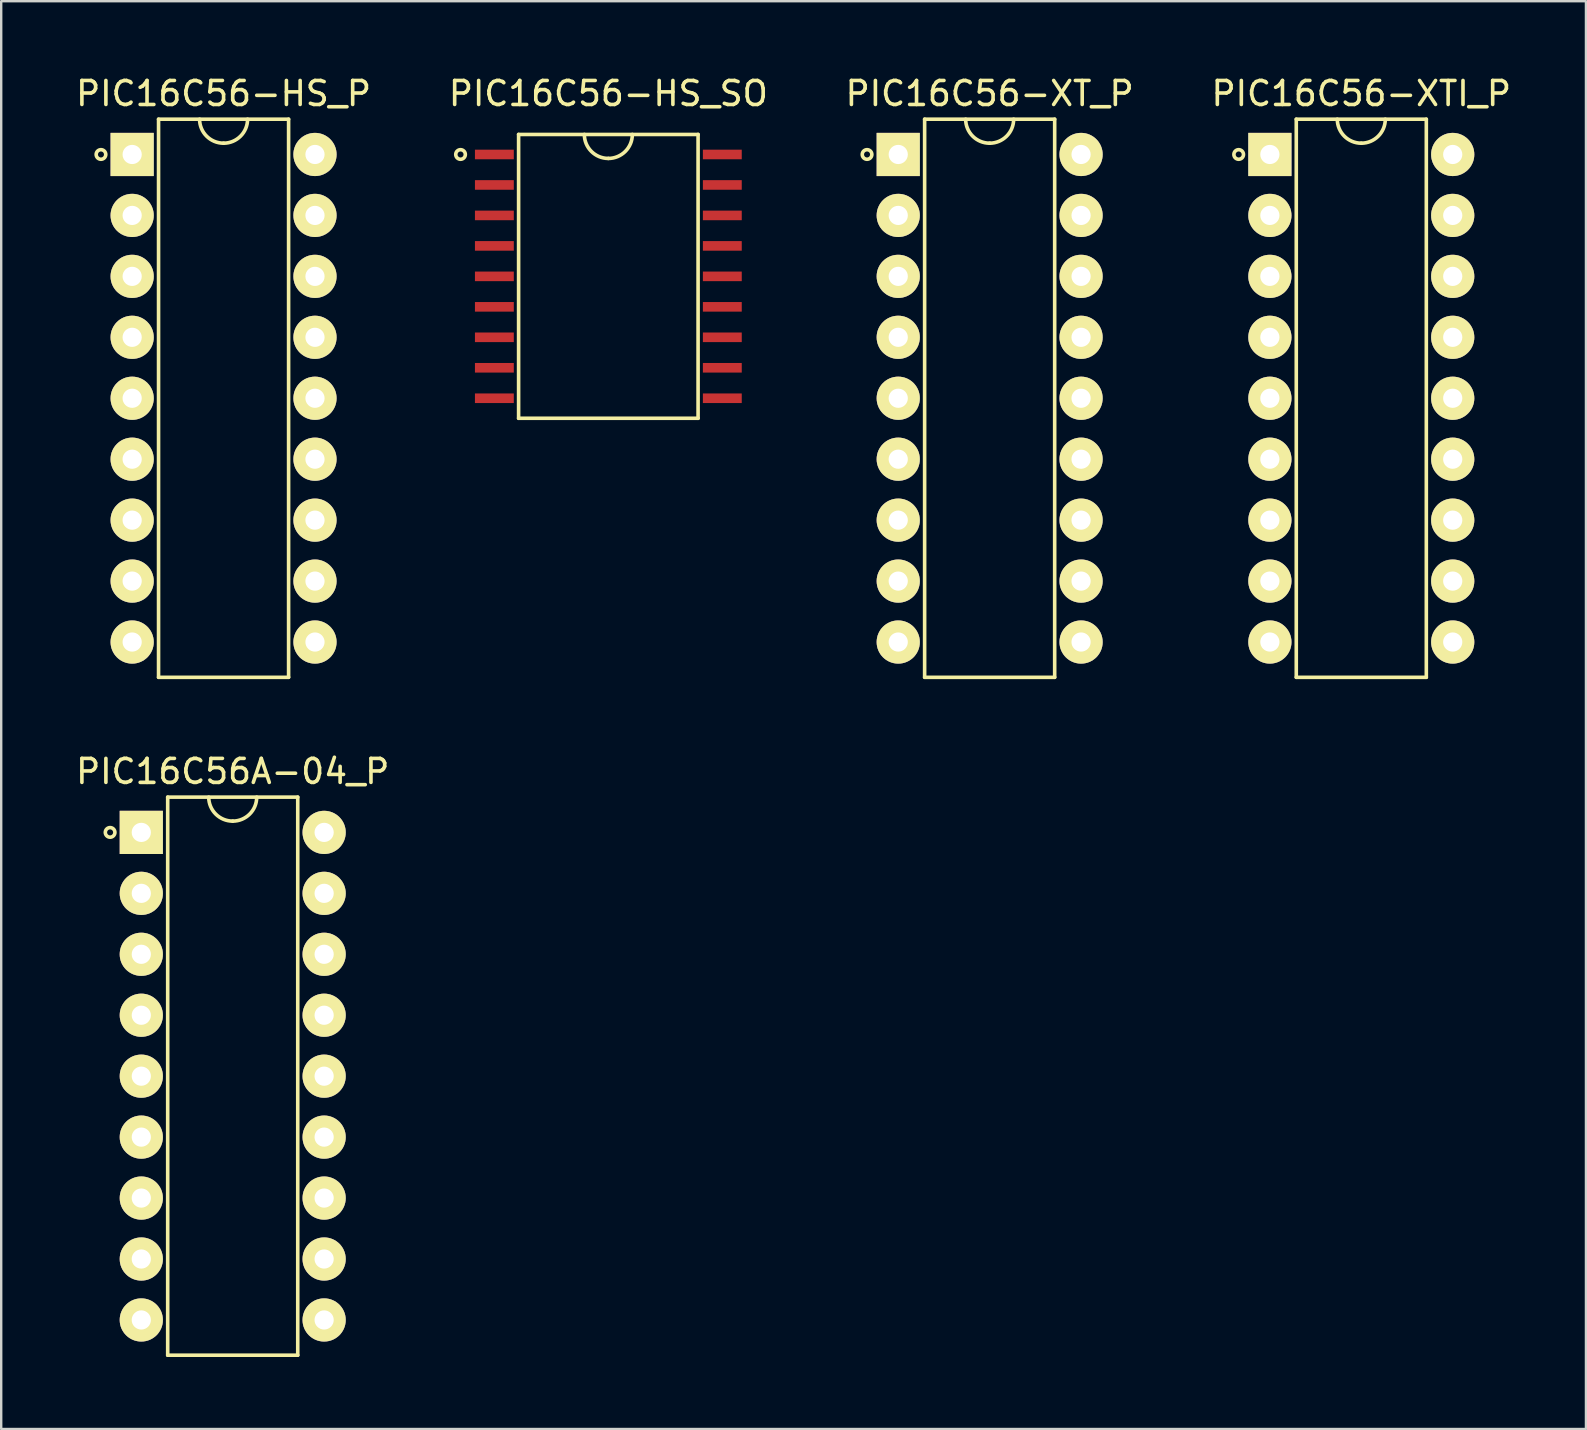
<source format=kicad_pcb>
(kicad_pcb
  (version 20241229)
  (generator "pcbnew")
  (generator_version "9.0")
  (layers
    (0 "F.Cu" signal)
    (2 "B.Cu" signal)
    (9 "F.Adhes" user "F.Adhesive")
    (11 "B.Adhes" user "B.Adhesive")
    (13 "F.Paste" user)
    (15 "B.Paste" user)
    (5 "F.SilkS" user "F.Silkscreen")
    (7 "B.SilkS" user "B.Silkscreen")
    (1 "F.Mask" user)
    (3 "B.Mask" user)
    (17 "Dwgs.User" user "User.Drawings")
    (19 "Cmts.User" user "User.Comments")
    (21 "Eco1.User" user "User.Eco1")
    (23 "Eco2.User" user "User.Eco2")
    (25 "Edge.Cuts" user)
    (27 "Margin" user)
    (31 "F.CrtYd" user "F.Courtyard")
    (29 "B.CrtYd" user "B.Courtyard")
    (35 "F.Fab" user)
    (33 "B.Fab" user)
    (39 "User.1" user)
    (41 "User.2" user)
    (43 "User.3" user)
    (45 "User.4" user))
  (footprint "PIC16C56-HS_SO"
    (layer "F.Cu")
    (at 17.554 3.388)
    (property "Reference" "PIC16C56-HS_SO" (at 4.75 -2.54 0) (layer "F.SilkS") (effects (font (size 1 1) (thickness 0.15))))
    (attr through_hole)
    (fp_line (start 1.01 -0.835) (end 8.49 -0.835) (stroke (width 0.15) (type solid)) (layer "F.SilkS"))
    (fp_line (start 1.01 10.995) (end 1.01 -0.835) (stroke (width 0.15) (type solid)) (layer "F.SilkS"))
    (fp_line (start 8.49 -0.835) (end 8.49 10.995) (stroke (width 0.15) (type solid)) (layer "F.SilkS"))
    (fp_line (start 8.49 10.995) (end 1.01 10.995) (stroke (width 0.15) (type solid)) (layer "F.SilkS"))
    (fp_arc (start 4.75 0.165) (mid 4.042893 -0.127893) (end 3.75 -0.835) (stroke (width 0.15) (type solid)) (layer "F.SilkS"))
    (fp_arc (start 5.75 -0.835) (mid 5.457107 -0.127893) (end 4.75 0.165) (stroke (width 0.15) (type solid)) (layer "F.SilkS"))
    (fp_circle (center -1.41 0) (end -1.41 0.2) (stroke (width 0.15) (type solid)) (fill no) (layer "F.SilkS"))
    (pad "1" smd rect (at 0 0) (size 1.62 0.4) (layers "F.Cu" "F.Mask" "F.Paste"))
    (pad "2" smd rect (at 0 1.27) (size 1.62 0.4) (layers "F.Cu" "F.Mask" "F.Paste"))
    (pad "3" smd rect (at 0 2.54) (size 1.62 0.4) (layers "F.Cu" "F.Mask" "F.Paste"))
    (pad "4" smd rect (at 0 3.81) (size 1.62 0.4) (layers "F.Cu" "F.Mask" "F.Paste"))
    (pad "5" smd rect (at 0 5.08) (size 1.62 0.4) (layers "F.Cu" "F.Mask" "F.Paste"))
    (pad "6" smd rect (at 0 6.35) (size 1.62 0.4) (layers "F.Cu" "F.Mask" "F.Paste"))
    (pad "7" smd rect (at 0 7.62) (size 1.62 0.4) (layers "F.Cu" "F.Mask" "F.Paste"))
    (pad "8" smd rect (at 0 8.89) (size 1.62 0.4) (layers "F.Cu" "F.Mask" "F.Paste"))
    (pad "9" smd rect (at 0 10.16) (size 1.62 0.4) (layers "F.Cu" "F.Mask" "F.Paste"))
    (pad "10" smd rect (at 9.5 10.16) (size 1.62 0.4) (layers "F.Cu" "F.Mask" "F.Paste"))
    (pad "11" smd rect (at 9.5 8.89) (size 1.62 0.4) (layers "F.Cu" "F.Mask" "F.Paste"))
    (pad "12" smd rect (at 9.5 7.62) (size 1.62 0.4) (layers "F.Cu" "F.Mask" "F.Paste"))
    (pad "13" smd rect (at 9.5 6.35) (size 1.62 0.4) (layers "F.Cu" "F.Mask" "F.Paste"))
    (pad "14" smd rect (at 9.5 5.08) (size 1.62 0.4) (layers "F.Cu" "F.Mask" "F.Paste"))
    (pad "15" smd rect (at 9.5 3.81) (size 1.62 0.4) (layers "F.Cu" "F.Mask" "F.Paste"))
    (pad "16" smd rect (at 9.5 2.54) (size 1.62 0.4) (layers "F.Cu" "F.Mask" "F.Paste"))
    (pad "17" smd rect (at 9.5 1.27) (size 1.62 0.4) (layers "F.Cu" "F.Mask" "F.Paste"))
    (pad "18" smd rect (at 9.5 0) (size 1.62 0.4) (layers "F.Cu" "F.Mask" "F.Paste")))
  (footprint "PIC16C56-XT_P"
    (layer "F.Cu")
    (at 34.386 3.388)
    (property "Reference" "PIC16C56-XT_P" (at 3.81 -2.54 0) (layer "F.SilkS") (effects (font (size 1 1) (thickness 0.15))))
    (attr through_hole)
    (fp_line (start 1.1 -1.47) (end 6.52 -1.47) (stroke (width 0.15) (type solid)) (layer "F.SilkS"))
    (fp_line (start 1.1 21.79) (end 1.1 -1.47) (stroke (width 0.15) (type solid)) (layer "F.SilkS"))
    (fp_line (start 6.52 -1.47) (end 6.52 21.79) (stroke (width 0.15) (type solid)) (layer "F.SilkS"))
    (fp_line (start 6.52 21.79) (end 1.1 21.79) (stroke (width 0.15) (type solid)) (layer "F.SilkS"))
    (fp_arc (start 3.81 -0.47) (mid 3.102893 -0.762893) (end 2.81 -1.47) (stroke (width 0.15) (type solid)) (layer "F.SilkS"))
    (fp_arc (start 4.81 -1.47) (mid 4.517107 -0.762893) (end 3.81 -0.47) (stroke (width 0.15) (type solid)) (layer "F.SilkS"))
    (fp_circle (center -1.3 0) (end -1.3 0.2) (stroke (width 0.15) (type solid)) (fill no) (layer "F.SilkS"))
    (pad "1" thru_hole rect (at 0 0) (size 1.8 1.8) (drill 0.8) (layers "*.Cu" "*.Mask" "F.SilkS"))
    (pad "2" thru_hole circle (at 0 2.54) (size 1.8 1.8) (drill 0.8) (layers "*.Cu" "*.Mask" "F.SilkS"))
    (pad "3" thru_hole circle (at 0 5.08) (size 1.8 1.8) (drill 0.8) (layers "*.Cu" "*.Mask" "F.SilkS"))
    (pad "4" thru_hole circle (at 0 7.62) (size 1.8 1.8) (drill 0.8) (layers "*.Cu" "*.Mask" "F.SilkS"))
    (pad "5" thru_hole circle (at 0 10.16) (size 1.8 1.8) (drill 0.8) (layers "*.Cu" "*.Mask" "F.SilkS"))
    (pad "6" thru_hole circle (at 0 12.7) (size 1.8 1.8) (drill 0.8) (layers "*.Cu" "*.Mask" "F.SilkS"))
    (pad "7" thru_hole circle (at 0 15.24) (size 1.8 1.8) (drill 0.8) (layers "*.Cu" "*.Mask" "F.SilkS"))
    (pad "8" thru_hole circle (at 0 17.78) (size 1.8 1.8) (drill 0.8) (layers "*.Cu" "*.Mask" "F.SilkS"))
    (pad "9" thru_hole circle (at 0 20.32) (size 1.8 1.8) (drill 0.8) (layers "*.Cu" "*.Mask" "F.SilkS"))
    (pad "10" thru_hole circle (at 7.62 20.32) (size 1.8 1.8) (drill 0.8) (layers "*.Cu" "*.Mask" "F.SilkS"))
    (pad "11" thru_hole circle (at 7.62 17.78) (size 1.8 1.8) (drill 0.8) (layers "*.Cu" "*.Mask" "F.SilkS"))
    (pad "12" thru_hole circle (at 7.62 15.24) (size 1.8 1.8) (drill 0.8) (layers "*.Cu" "*.Mask" "F.SilkS"))
    (pad "13" thru_hole circle (at 7.62 12.7) (size 1.8 1.8) (drill 0.8) (layers "*.Cu" "*.Mask" "F.SilkS"))
    (pad "14" thru_hole circle (at 7.62 10.16) (size 1.8 1.8) (drill 0.8) (layers "*.Cu" "*.Mask" "F.SilkS"))
    (pad "15" thru_hole circle (at 7.62 7.62) (size 1.8 1.8) (drill 0.8) (layers "*.Cu" "*.Mask" "F.SilkS"))
    (pad "16" thru_hole circle (at 7.62 5.08) (size 1.8 1.8) (drill 0.8) (layers "*.Cu" "*.Mask" "F.SilkS"))
    (pad "17" thru_hole circle (at 7.62 2.54) (size 1.8 1.8) (drill 0.8) (layers "*.Cu" "*.Mask" "F.SilkS"))
    (pad "18" thru_hole circle (at 7.62 0) (size 1.8 1.8) (drill 0.8) (layers "*.Cu" "*.Mask" "F.SilkS")))
  (footprint "PIC16C56-HS_P"
    (layer "F.Cu")
    (at 2.458 3.388)
    (property "Reference" "PIC16C56-HS_P" (at 3.81 -2.54 0) (layer "F.SilkS") (effects (font (size 1 1) (thickness 0.15))))
    (attr through_hole)
    (fp_line (start 1.1 -1.47) (end 6.52 -1.47) (stroke (width 0.15) (type solid)) (layer "F.SilkS"))
    (fp_line (start 1.1 21.79) (end 1.1 -1.47) (stroke (width 0.15) (type solid)) (layer "F.SilkS"))
    (fp_line (start 6.52 -1.47) (end 6.52 21.79) (stroke (width 0.15) (type solid)) (layer "F.SilkS"))
    (fp_line (start 6.52 21.79) (end 1.1 21.79) (stroke (width 0.15) (type solid)) (layer "F.SilkS"))
    (fp_arc (start 3.81 -0.47) (mid 3.102893 -0.762893) (end 2.81 -1.47) (stroke (width 0.15) (type solid)) (layer "F.SilkS"))
    (fp_arc (start 4.81 -1.47) (mid 4.517107 -0.762893) (end 3.81 -0.47) (stroke (width 0.15) (type solid)) (layer "F.SilkS"))
    (fp_circle (center -1.3 0) (end -1.3 0.2) (stroke (width 0.15) (type solid)) (fill no) (layer "F.SilkS"))
    (pad "1" thru_hole rect (at 0 0) (size 1.8 1.8) (drill 0.8) (layers "*.Cu" "*.Mask" "F.SilkS"))
    (pad "2" thru_hole circle (at 0 2.54) (size 1.8 1.8) (drill 0.8) (layers "*.Cu" "*.Mask" "F.SilkS"))
    (pad "3" thru_hole circle (at 0 5.08) (size 1.8 1.8) (drill 0.8) (layers "*.Cu" "*.Mask" "F.SilkS"))
    (pad "4" thru_hole circle (at 0 7.62) (size 1.8 1.8) (drill 0.8) (layers "*.Cu" "*.Mask" "F.SilkS"))
    (pad "5" thru_hole circle (at 0 10.16) (size 1.8 1.8) (drill 0.8) (layers "*.Cu" "*.Mask" "F.SilkS"))
    (pad "6" thru_hole circle (at 0 12.7) (size 1.8 1.8) (drill 0.8) (layers "*.Cu" "*.Mask" "F.SilkS"))
    (pad "7" thru_hole circle (at 0 15.24) (size 1.8 1.8) (drill 0.8) (layers "*.Cu" "*.Mask" "F.SilkS"))
    (pad "8" thru_hole circle (at 0 17.78) (size 1.8 1.8) (drill 0.8) (layers "*.Cu" "*.Mask" "F.SilkS"))
    (pad "9" thru_hole circle (at 0 20.32) (size 1.8 1.8) (drill 0.8) (layers "*.Cu" "*.Mask" "F.SilkS"))
    (pad "10" thru_hole circle (at 7.62 20.32) (size 1.8 1.8) (drill 0.8) (layers "*.Cu" "*.Mask" "F.SilkS"))
    (pad "11" thru_hole circle (at 7.62 17.78) (size 1.8 1.8) (drill 0.8) (layers "*.Cu" "*.Mask" "F.SilkS"))
    (pad "12" thru_hole circle (at 7.62 15.24) (size 1.8 1.8) (drill 0.8) (layers "*.Cu" "*.Mask" "F.SilkS"))
    (pad "13" thru_hole circle (at 7.62 12.7) (size 1.8 1.8) (drill 0.8) (layers "*.Cu" "*.Mask" "F.SilkS"))
    (pad "14" thru_hole circle (at 7.62 10.16) (size 1.8 1.8) (drill 0.8) (layers "*.Cu" "*.Mask" "F.SilkS"))
    (pad "15" thru_hole circle (at 7.62 7.62) (size 1.8 1.8) (drill 0.8) (layers "*.Cu" "*.Mask" "F.SilkS"))
    (pad "16" thru_hole circle (at 7.62 5.08) (size 1.8 1.8) (drill 0.8) (layers "*.Cu" "*.Mask" "F.SilkS"))
    (pad "17" thru_hole circle (at 7.62 2.54) (size 1.8 1.8) (drill 0.8) (layers "*.Cu" "*.Mask" "F.SilkS"))
    (pad "18" thru_hole circle (at 7.62 0) (size 1.8 1.8) (drill 0.8) (layers "*.Cu" "*.Mask" "F.SilkS")))
  (footprint "PIC16C56A-04_P"
    (layer "F.Cu")
    (at 2.839 31.642)
    (property "Reference" "PIC16C56A-04_P" (at 3.81 -2.54 0) (layer "F.SilkS") (effects (font (size 1 1) (thickness 0.15))))
    (attr through_hole)
    (fp_line (start 1.1 -1.47) (end 6.52 -1.47) (stroke (width 0.15) (type solid)) (layer "F.SilkS"))
    (fp_line (start 1.1 21.79) (end 1.1 -1.47) (stroke (width 0.15) (type solid)) (layer "F.SilkS"))
    (fp_line (start 6.52 -1.47) (end 6.52 21.79) (stroke (width 0.15) (type solid)) (layer "F.SilkS"))
    (fp_line (start 6.52 21.79) (end 1.1 21.79) (stroke (width 0.15) (type solid)) (layer "F.SilkS"))
    (fp_arc (start 3.81 -0.47) (mid 3.102893 -0.762893) (end 2.81 -1.47) (stroke (width 0.15) (type solid)) (layer "F.SilkS"))
    (fp_arc (start 4.81 -1.47) (mid 4.517107 -0.762893) (end 3.81 -0.47) (stroke (width 0.15) (type solid)) (layer "F.SilkS"))
    (fp_circle (center -1.3 0) (end -1.3 0.2) (stroke (width 0.15) (type solid)) (fill no) (layer "F.SilkS"))
    (pad "1" thru_hole rect (at 0 0) (size 1.8 1.8) (drill 0.8) (layers "*.Cu" "*.Mask" "F.SilkS"))
    (pad "2" thru_hole circle (at 0 2.54) (size 1.8 1.8) (drill 0.8) (layers "*.Cu" "*.Mask" "F.SilkS"))
    (pad "3" thru_hole circle (at 0 5.08) (size 1.8 1.8) (drill 0.8) (layers "*.Cu" "*.Mask" "F.SilkS"))
    (pad "4" thru_hole circle (at 0 7.62) (size 1.8 1.8) (drill 0.8) (layers "*.Cu" "*.Mask" "F.SilkS"))
    (pad "5" thru_hole circle (at 0 10.16) (size 1.8 1.8) (drill 0.8) (layers "*.Cu" "*.Mask" "F.SilkS"))
    (pad "6" thru_hole circle (at 0 12.7) (size 1.8 1.8) (drill 0.8) (layers "*.Cu" "*.Mask" "F.SilkS"))
    (pad "7" thru_hole circle (at 0 15.24) (size 1.8 1.8) (drill 0.8) (layers "*.Cu" "*.Mask" "F.SilkS"))
    (pad "8" thru_hole circle (at 0 17.78) (size 1.8 1.8) (drill 0.8) (layers "*.Cu" "*.Mask" "F.SilkS"))
    (pad "9" thru_hole circle (at 0 20.32) (size 1.8 1.8) (drill 0.8) (layers "*.Cu" "*.Mask" "F.SilkS"))
    (pad "10" thru_hole circle (at 7.62 20.32) (size 1.8 1.8) (drill 0.8) (layers "*.Cu" "*.Mask" "F.SilkS"))
    (pad "11" thru_hole circle (at 7.62 17.78) (size 1.8 1.8) (drill 0.8) (layers "*.Cu" "*.Mask" "F.SilkS"))
    (pad "12" thru_hole circle (at 7.62 15.24) (size 1.8 1.8) (drill 0.8) (layers "*.Cu" "*.Mask" "F.SilkS"))
    (pad "13" thru_hole circle (at 7.62 12.7) (size 1.8 1.8) (drill 0.8) (layers "*.Cu" "*.Mask" "F.SilkS"))
    (pad "14" thru_hole circle (at 7.62 10.16) (size 1.8 1.8) (drill 0.8) (layers "*.Cu" "*.Mask" "F.SilkS"))
    (pad "15" thru_hole circle (at 7.62 7.62) (size 1.8 1.8) (drill 0.8) (layers "*.Cu" "*.Mask" "F.SilkS"))
    (pad "16" thru_hole circle (at 7.62 5.08) (size 1.8 1.8) (drill 0.8) (layers "*.Cu" "*.Mask" "F.SilkS"))
    (pad "17" thru_hole circle (at 7.62 2.54) (size 1.8 1.8) (drill 0.8) (layers "*.Cu" "*.Mask" "F.SilkS"))
    (pad "18" thru_hole circle (at 7.62 0) (size 1.8 1.8) (drill 0.8) (layers "*.Cu" "*.Mask" "F.SilkS")))
  (footprint "PIC16C56-XTI_P"
    (layer "F.Cu")
    (at 49.875 3.388)
    (property "Reference" "PIC16C56-XTI_P" (at 3.81 -2.54 0) (layer "F.SilkS") (effects (font (size 1 1) (thickness 0.15))))
    (attr through_hole)
    (fp_line (start 1.1 -1.47) (end 6.52 -1.47) (stroke (width 0.15) (type solid)) (layer "F.SilkS"))
    (fp_line (start 1.1 21.79) (end 1.1 -1.47) (stroke (width 0.15) (type solid)) (layer "F.SilkS"))
    (fp_line (start 6.52 -1.47) (end 6.52 21.79) (stroke (width 0.15) (type solid)) (layer "F.SilkS"))
    (fp_line (start 6.52 21.79) (end 1.1 21.79) (stroke (width 0.15) (type solid)) (layer "F.SilkS"))
    (fp_arc (start 3.81 -0.47) (mid 3.102893 -0.762893) (end 2.81 -1.47) (stroke (width 0.15) (type solid)) (layer "F.SilkS"))
    (fp_arc (start 4.81 -1.47) (mid 4.517107 -0.762893) (end 3.81 -0.47) (stroke (width 0.15) (type solid)) (layer "F.SilkS"))
    (fp_circle (center -1.3 0) (end -1.3 0.2) (stroke (width 0.15) (type solid)) (fill no) (layer "F.SilkS"))
    (pad "1" thru_hole rect (at 0 0) (size 1.8 1.8) (drill 0.8) (layers "*.Cu" "*.Mask" "F.SilkS"))
    (pad "2" thru_hole circle (at 0 2.54) (size 1.8 1.8) (drill 0.8) (layers "*.Cu" "*.Mask" "F.SilkS"))
    (pad "3" thru_hole circle (at 0 5.08) (size 1.8 1.8) (drill 0.8) (layers "*.Cu" "*.Mask" "F.SilkS"))
    (pad "4" thru_hole circle (at 0 7.62) (size 1.8 1.8) (drill 0.8) (layers "*.Cu" "*.Mask" "F.SilkS"))
    (pad "5" thru_hole circle (at 0 10.16) (size 1.8 1.8) (drill 0.8) (layers "*.Cu" "*.Mask" "F.SilkS"))
    (pad "6" thru_hole circle (at 0 12.7) (size 1.8 1.8) (drill 0.8) (layers "*.Cu" "*.Mask" "F.SilkS"))
    (pad "7" thru_hole circle (at 0 15.24) (size 1.8 1.8) (drill 0.8) (layers "*.Cu" "*.Mask" "F.SilkS"))
    (pad "8" thru_hole circle (at 0 17.78) (size 1.8 1.8) (drill 0.8) (layers "*.Cu" "*.Mask" "F.SilkS"))
    (pad "9" thru_hole circle (at 0 20.32) (size 1.8 1.8) (drill 0.8) (layers "*.Cu" "*.Mask" "F.SilkS"))
    (pad "10" thru_hole circle (at 7.62 20.32) (size 1.8 1.8) (drill 0.8) (layers "*.Cu" "*.Mask" "F.SilkS"))
    (pad "11" thru_hole circle (at 7.62 17.78) (size 1.8 1.8) (drill 0.8) (layers "*.Cu" "*.Mask" "F.SilkS"))
    (pad "12" thru_hole circle (at 7.62 15.24) (size 1.8 1.8) (drill 0.8) (layers "*.Cu" "*.Mask" "F.SilkS"))
    (pad "13" thru_hole circle (at 7.62 12.7) (size 1.8 1.8) (drill 0.8) (layers "*.Cu" "*.Mask" "F.SilkS"))
    (pad "14" thru_hole circle (at 7.62 10.16) (size 1.8 1.8) (drill 0.8) (layers "*.Cu" "*.Mask" "F.SilkS"))
    (pad "15" thru_hole circle (at 7.62 7.62) (size 1.8 1.8) (drill 0.8) (layers "*.Cu" "*.Mask" "F.SilkS"))
    (pad "16" thru_hole circle (at 7.62 5.08) (size 1.8 1.8) (drill 0.8) (layers "*.Cu" "*.Mask" "F.SilkS"))
    (pad "17" thru_hole circle (at 7.62 2.54) (size 1.8 1.8) (drill 0.8) (layers "*.Cu" "*.Mask" "F.SilkS"))
    (pad "18" thru_hole circle (at 7.62 0) (size 1.8 1.8) (drill 0.8) (layers "*.Cu" "*.Mask" "F.SilkS")))
  (gr_rect
    (start -3 -3)
    (end 63.048 56.507)
    (stroke (width 0.1) (type default))
    (fill no)
    (layer "Edge.Cuts")))
</source>
